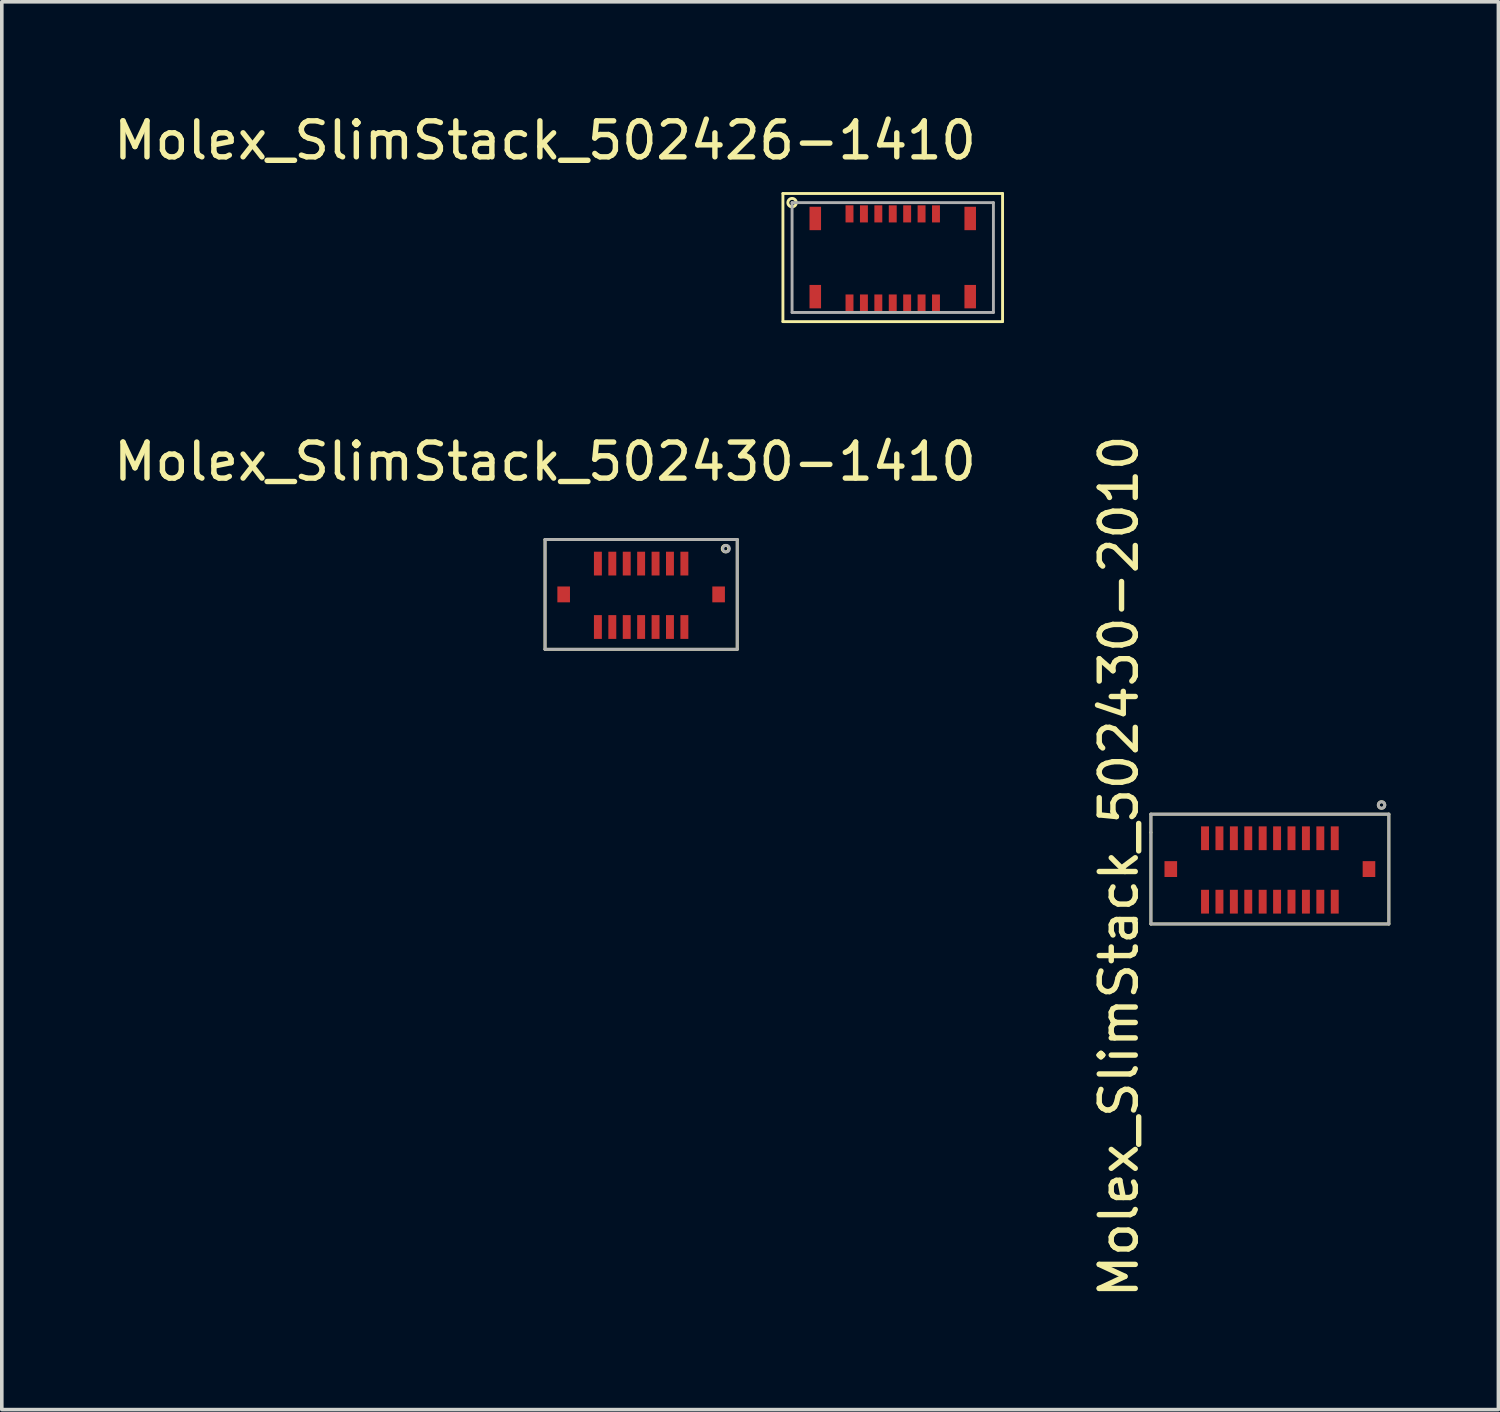
<source format=kicad_pcb>
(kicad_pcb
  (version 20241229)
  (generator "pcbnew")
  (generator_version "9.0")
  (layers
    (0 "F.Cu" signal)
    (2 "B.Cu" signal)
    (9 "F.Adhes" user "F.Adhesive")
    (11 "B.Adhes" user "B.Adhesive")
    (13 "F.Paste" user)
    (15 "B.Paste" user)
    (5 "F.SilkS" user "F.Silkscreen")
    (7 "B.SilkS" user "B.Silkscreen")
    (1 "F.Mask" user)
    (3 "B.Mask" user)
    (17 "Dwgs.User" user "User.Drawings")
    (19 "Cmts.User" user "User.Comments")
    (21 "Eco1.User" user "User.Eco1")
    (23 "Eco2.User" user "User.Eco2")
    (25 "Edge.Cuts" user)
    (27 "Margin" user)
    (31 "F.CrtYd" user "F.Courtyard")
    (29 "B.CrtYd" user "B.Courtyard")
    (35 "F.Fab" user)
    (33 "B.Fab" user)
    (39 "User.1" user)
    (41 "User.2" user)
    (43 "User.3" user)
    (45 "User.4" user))
  (footprint "Molex_SlimStack_502430-2010"
    (layer "F.Cu")
    (at 32.194 21.07)
    (property "Reference" "Molex_SlimStack_502430-2010" (at -4.191 -0.076 270) (layer "F.SilkS") (effects (font (size 1 1) (thickness 0.15))))
    (attr through_hole)
    (fp_line (start -3.302 -1.524) (end 3.302 -1.524) (stroke (width 0.08) (type solid)) (layer "F.SilkS"))
    (fp_line (start -3.302 -1.016) (end -3.302 -1.524) (stroke (width 0.08) (type solid)) (layer "F.SilkS"))
    (fp_line (start -3.302 1.524) (end -3.302 -1.016) (stroke (width 0.08) (type solid)) (layer "F.SilkS"))
    (fp_line (start 3.302 -1.524) (end 3.302 1.524) (stroke (width 0.08) (type solid)) (layer "F.SilkS"))
    (fp_line (start 3.302 1.524) (end -3.302 1.524) (stroke (width 0.08) (type solid)) (layer "F.SilkS"))
    (fp_circle (center 3.099 -1.778) (end 3.175 -1.727) (stroke (width 0.08) (type solid)) (fill no) (layer "F.SilkS"))
    (fp_line (start -3.302 -1.524) (end 3.302 -1.524) (stroke (width 0.08) (type solid)) (layer "F.Fab"))
    (fp_line (start -3.302 1.524) (end -3.302 -1.524) (stroke (width 0.08) (type solid)) (layer "F.Fab"))
    (fp_line (start 3.302 -1.524) (end 3.302 1.524) (stroke (width 0.08) (type solid)) (layer "F.Fab"))
    (fp_line (start 3.302 1.524) (end -3.302 1.524) (stroke (width 0.08) (type solid)) (layer "F.Fab"))
    (fp_circle (center 3.099 -1.778) (end 3.175 -1.727) (stroke (width 0.08) (type solid)) (fill no) (layer "F.Fab"))
    (pad "1" smd rect (at 1.8 -0.855) (size 0.22 0.66) (layers "F.Cu" "F.Mask" "F.Paste"))
    (pad "2" smd rect (at 1.8 0.905) (size 0.22 0.66) (layers "F.Cu" "F.Mask" "F.Paste"))
    (pad "3" smd rect (at 1.4 -0.855) (size 0.22 0.66) (layers "F.Cu" "F.Mask" "F.Paste"))
    (pad "4" smd rect (at 1.4 0.905) (size 0.22 0.66) (layers "F.Cu" "F.Mask" "F.Paste"))
    (pad "5" smd rect (at 1 -0.855) (size 0.22 0.66) (layers "F.Cu" "F.Mask" "F.Paste"))
    (pad "6" smd rect (at 1 0.905) (size 0.22 0.66) (layers "F.Cu" "F.Mask" "F.Paste"))
    (pad "7" smd rect (at 0.6 -0.855) (size 0.22 0.66) (layers "F.Cu" "F.Mask" "F.Paste"))
    (pad "8" smd rect (at 0.6 0.905) (size 0.22 0.66) (layers "F.Cu" "F.Mask" "F.Paste"))
    (pad "9" smd rect (at 0.2 -0.855) (size 0.22 0.66) (layers "F.Cu" "F.Mask" "F.Paste"))
    (pad "10" smd rect (at 0.2 0.905) (size 0.22 0.66) (layers "F.Cu" "F.Mask" "F.Paste"))
    (pad "11" smd rect (at -0.2 -0.855) (size 0.22 0.66) (layers "F.Cu" "F.Mask" "F.Paste"))
    (pad "12" smd rect (at -0.2 0.905) (size 0.22 0.66) (layers "F.Cu" "F.Mask" "F.Paste"))
    (pad "13" smd rect (at -0.6 -0.855) (size 0.22 0.66) (layers "F.Cu" "F.Mask" "F.Paste"))
    (pad "14" smd rect (at -0.6 0.905) (size 0.22 0.66) (layers "F.Cu" "F.Mask" "F.Paste"))
    (pad "15" smd rect (at -1 -0.855) (size 0.22 0.66) (layers "F.Cu" "F.Mask" "F.Paste"))
    (pad "16" smd rect (at -1 0.905) (size 0.22 0.66) (layers "F.Cu" "F.Mask" "F.Paste"))
    (pad "17" smd rect (at -1.4 -0.855) (size 0.22 0.66) (layers "F.Cu" "F.Mask" "F.Paste"))
    (pad "18" smd rect (at -1.4 0.905) (size 0.22 0.66) (layers "F.Cu" "F.Mask" "F.Paste"))
    (pad "19" smd rect (at -1.8 -0.855) (size 0.22 0.66) (layers "F.Cu" "F.Mask" "F.Paste"))
    (pad "20" smd rect (at -1.8 0.905) (size 0.22 0.66) (layers "F.Cu" "F.Mask" "F.Paste"))
    (pad "21" smd rect (at -2.75 0) (size 0.35 0.44) (layers "F.Cu" "F.Mask" "F.Paste"))
    (pad "21" smd rect (at 2.75 0) (size 0.35 0.44) (layers "F.Cu" "F.Mask" "F.Paste")))
  (footprint "Molex_SlimStack_502426-1410"
    (layer "F.Cu")
    (at 21.727 4.098)
    (property "Reference" "Molex_SlimStack_502426-1410" (at -9.65 -3.25 0) (layer "F.SilkS") (effects (font (size 1 1) (thickness 0.15))))
    (attr through_hole)
    (fp_line (start -3.048 -1.778) (end 3.048 -1.778) (stroke (width 0.08) (type solid)) (layer "F.SilkS"))
    (fp_line (start -3.048 1.778) (end -3.048 -1.778) (stroke (width 0.08) (type solid)) (layer "F.SilkS"))
    (fp_line (start 3.048 -1.778) (end 3.048 1.778) (stroke (width 0.08) (type solid)) (layer "F.SilkS"))
    (fp_line (start 3.048 1.778) (end -3.048 1.778) (stroke (width 0.08) (type solid)) (layer "F.SilkS"))
    (fp_circle (center -2.794 -1.524) (end -2.705 -1.448) (stroke (width 0.08) (type solid)) (fill no) (layer "F.SilkS"))
    (fp_line (start -2.794 -1.524) (end 2.794 -1.524) (stroke (width 0.08) (type solid)) (layer "F.Fab"))
    (fp_line (start -2.794 1.524) (end -2.794 -1.524) (stroke (width 0.08) (type solid)) (layer "F.Fab"))
    (fp_line (start 2.794 -1.524) (end 2.794 1.524) (stroke (width 0.08) (type solid)) (layer "F.Fab"))
    (fp_line (start 2.794 1.524) (end -2.794 1.524) (stroke (width 0.08) (type solid)) (layer "F.Fab"))
    (pad "1" smd rect (at -1.2 -1.212) (size 0.22 0.475) (layers "F.Cu" "F.Mask" "F.Paste"))
    (pad "2" smd rect (at -1.2 1.262) (size 0.22 0.475) (layers "F.Cu" "F.Mask" "F.Paste"))
    (pad "3" smd rect (at -0.8 -1.212) (size 0.22 0.475) (layers "F.Cu" "F.Mask" "F.Paste"))
    (pad "4" smd rect (at -0.8 1.262) (size 0.22 0.475) (layers "F.Cu" "F.Mask" "F.Paste"))
    (pad "5" smd rect (at -0.4 -1.212) (size 0.22 0.475) (layers "F.Cu" "F.Mask" "F.Paste"))
    (pad "6" smd rect (at -0.4 1.262) (size 0.22 0.475) (layers "F.Cu" "F.Mask" "F.Paste"))
    (pad "7" smd rect (at 0 -1.212) (size 0.22 0.475) (layers "F.Cu" "F.Mask" "F.Paste"))
    (pad "8" smd rect (at 0 1.262) (size 0.22 0.475) (layers "F.Cu" "F.Mask" "F.Paste"))
    (pad "9" smd rect (at 0.4 -1.212) (size 0.22 0.475) (layers "F.Cu" "F.Mask" "F.Paste"))
    (pad "10" smd rect (at 0.4 1.262) (size 0.22 0.475) (layers "F.Cu" "F.Mask" "F.Paste"))
    (pad "11" smd rect (at 0.8 -1.212) (size 0.22 0.475) (layers "F.Cu" "F.Mask" "F.Paste"))
    (pad "12" smd rect (at 0.8 1.262) (size 0.22 0.475) (layers "F.Cu" "F.Mask" "F.Paste"))
    (pad "13" smd rect (at 1.2 -1.212) (size 0.22 0.475) (layers "F.Cu" "F.Mask" "F.Paste"))
    (pad "14" smd rect (at 1.2 1.262) (size 0.22 0.475) (layers "F.Cu" "F.Mask" "F.Paste"))
    (pad "21" smd rect (at -2.15 -1.085) (size 0.32 0.65) (layers "F.Cu" "F.Mask" "F.Paste"))
    (pad "21" smd rect (at -2.15 1.085) (size 0.32 0.65) (layers "F.Cu" "F.Mask" "F.Paste"))
    (pad "21" smd rect (at 2.15 -1.085) (size 0.32 0.65) (layers "F.Cu" "F.Mask" "F.Paste"))
    (pad "21" smd rect (at 2.15 1.085) (size 0.32 0.65) (layers "F.Cu" "F.Mask" "F.Paste")))
  (footprint "Molex_SlimStack_502430-1410"
    (layer "F.Cu")
    (at 14.744 13.447)
    (property "Reference" "Molex_SlimStack_502430-1410" (at -2.667 -3.683 0) (layer "F.SilkS") (effects (font (size 1 1) (thickness 0.15))))
    (attr through_hole)
    (fp_line (start -2.667 -1.524) (end 2.667 -1.524) (stroke (width 0.08) (type solid)) (layer "F.SilkS"))
    (fp_line (start -2.667 1.524) (end -2.667 -1.524) (stroke (width 0.08) (type solid)) (layer "F.SilkS"))
    (fp_line (start 2.667 -1.524) (end 2.667 1.524) (stroke (width 0.08) (type solid)) (layer "F.SilkS"))
    (fp_line (start 2.667 1.524) (end -2.667 1.524) (stroke (width 0.08) (type solid)) (layer "F.SilkS"))
    (fp_circle (center 2.342 -1.27) (end 2.418 -1.219) (stroke (width 0.08) (type solid)) (fill no) (layer "F.SilkS"))
    (fp_line (start -2.667 -1.524) (end 2.667 -1.524) (stroke (width 0.08) (type solid)) (layer "F.Fab"))
    (fp_line (start -2.667 1.524) (end -2.667 -1.524) (stroke (width 0.08) (type solid)) (layer "F.Fab"))
    (fp_line (start 2.667 -1.524) (end 2.667 1.524) (stroke (width 0.08) (type solid)) (layer "F.Fab"))
    (fp_line (start 2.667 1.524) (end -2.667 1.524) (stroke (width 0.08) (type solid)) (layer "F.Fab"))
    (fp_circle (center 2.358 -1.27) (end 2.435 -1.219) (stroke (width 0.08) (type solid)) (fill no) (layer "F.Fab"))
    (pad "1" smd rect (at 1.2 -0.855) (size 0.22 0.66) (layers "F.Cu" "F.Mask" "F.Paste"))
    (pad "2" smd rect (at 1.2 0.905) (size 0.22 0.66) (layers "F.Cu" "F.Mask" "F.Paste"))
    (pad "3" smd rect (at 0.8 -0.855) (size 0.22 0.66) (layers "F.Cu" "F.Mask" "F.Paste"))
    (pad "4" smd rect (at 0.8 0.905) (size 0.22 0.66) (layers "F.Cu" "F.Mask" "F.Paste"))
    (pad "5" smd rect (at 0.4 -0.855) (size 0.22 0.66) (layers "F.Cu" "F.Mask" "F.Paste"))
    (pad "6" smd rect (at 0.4 0.905) (size 0.22 0.66) (layers "F.Cu" "F.Mask" "F.Paste"))
    (pad "7" smd rect (at 0 -0.855) (size 0.22 0.66) (layers "F.Cu" "F.Mask" "F.Paste"))
    (pad "8" smd rect (at 0 0.905) (size 0.22 0.66) (layers "F.Cu" "F.Mask" "F.Paste"))
    (pad "9" smd rect (at -0.4 -0.855) (size 0.22 0.66) (layers "F.Cu" "F.Mask" "F.Paste"))
    (pad "10" smd rect (at -0.4 0.905) (size 0.22 0.66) (layers "F.Cu" "F.Mask" "F.Paste"))
    (pad "11" smd rect (at -0.8 -0.855) (size 0.22 0.66) (layers "F.Cu" "F.Mask" "F.Paste"))
    (pad "12" smd rect (at -0.8 0.905) (size 0.22 0.66) (layers "F.Cu" "F.Mask" "F.Paste"))
    (pad "13" smd rect (at -1.2 -0.855) (size 0.22 0.66) (layers "F.Cu" "F.Mask" "F.Paste"))
    (pad "14" smd rect (at -1.2 0.905) (size 0.22 0.66) (layers "F.Cu" "F.Mask" "F.Paste"))
    (pad "15" smd rect (at -2.15 0) (size 0.35 0.44) (layers "F.Cu" "F.Mask" "F.Paste"))
    (pad "15" smd rect (at 2.15 0) (size 0.35 0.44) (layers "F.Cu" "F.Mask" "F.Paste")))
  (gr_rect
    (start -3 -3)
    (end 38.536 36.071)
    (stroke (width 0.1) (type default))
    (fill no)
    (layer "Edge.Cuts")))
</source>
